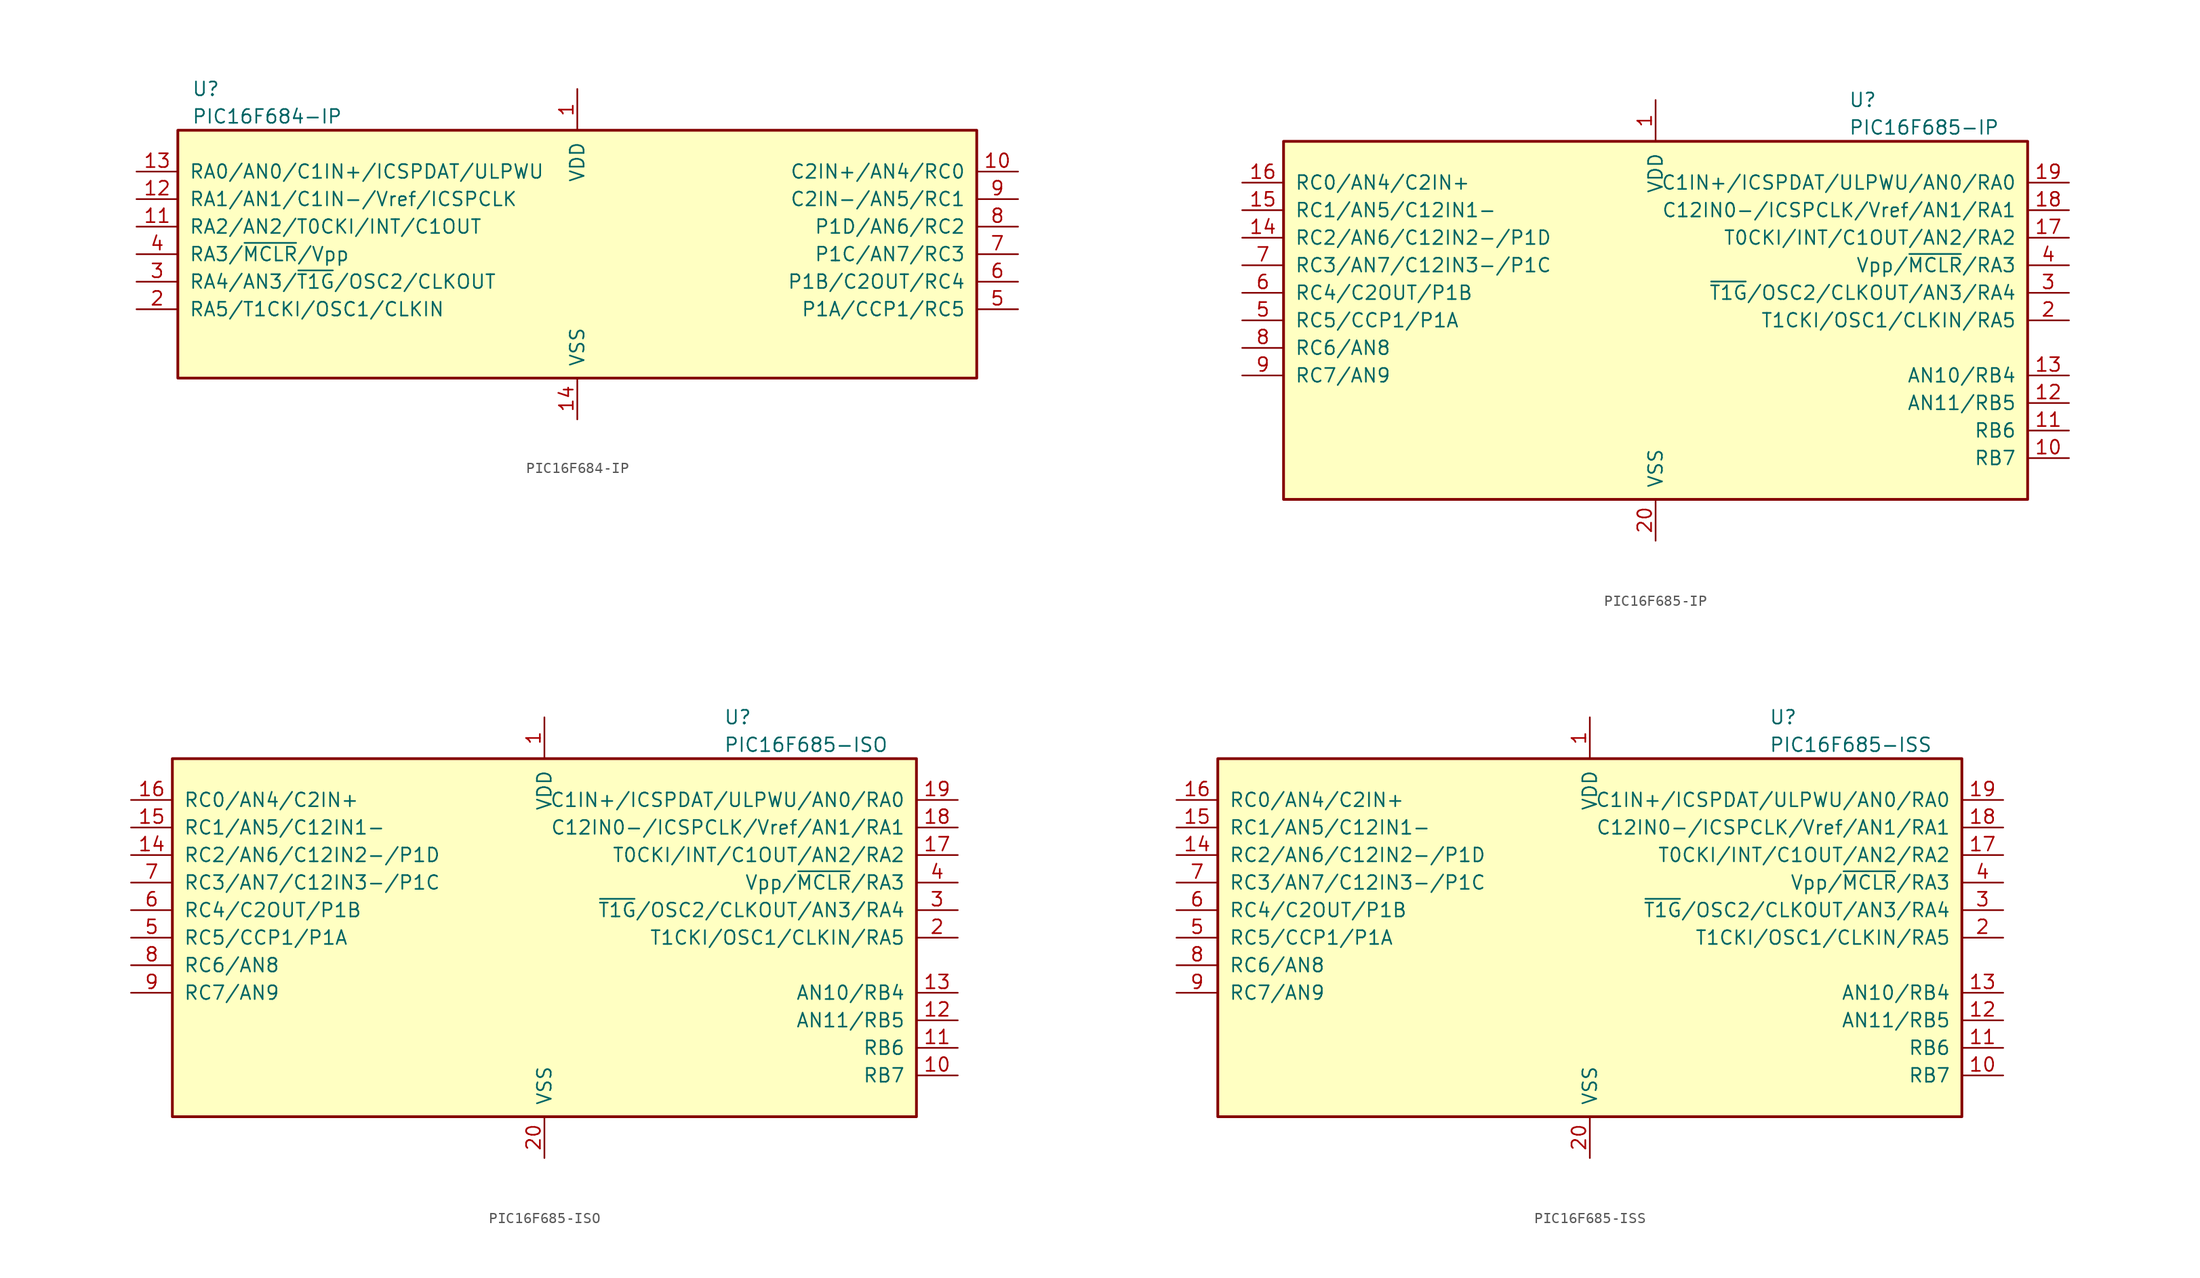
<source format=kicad_sym>
(kicad_symbol_lib
  (version 20201005)
  (generator kicad_symbol_editor)
  (symbol "MCU_Microchip_PIC16:PIC16F684-IP"
    (pin_names
      (offset 1.016))
    (property "Reference" "U"
      (at -35.56 15.24 0)
      (effects (font (size 1.27 1.27)) (justify left)))
    (property "Value" "PIC16F684-IP"
      (at -35.56 12.7 0)
      (effects (font (size 1.27 1.27)) (justify left)))
    (symbol "PIC16F684-IP_0_1"
      (rectangle (start -36.83 11.43) (end 36.83 -11.43) (stroke (width 0.254)) (fill (type background))))
    (symbol "PIC16F684-IP_1_1"
      (pin power_in line (at 0 15.24 270) (length 3.81) (name "VDD" (effects (font (size 1.27 1.27)))) (number "1" (effects (font (size 1.27 1.27)))))
      (pin bidirectional line (at 40.64 7.62 180) (length 3.81) (name "C2IN+/AN4/RC0" (effects (font (size 1.27 1.27)))) (number "10" (effects (font (size 1.27 1.27)))))
      (pin bidirectional line (at -40.64 2.54 0) (length 3.81) (name "RA2/AN2/T0CKI/INT/C1OUT" (effects (font (size 1.27 1.27)))) (number "11" (effects (font (size 1.27 1.27)))))
      (pin bidirectional line (at -40.64 5.08 0) (length 3.81) (name "RA1/AN1/C1IN-/Vref/ICSPCLK" (effects (font (size 1.27 1.27)))) (number "12" (effects (font (size 1.27 1.27)))))
      (pin bidirectional line (at -40.64 7.62 0) (length 3.81) (name "RA0/AN0/C1IN+/ICSPDAT/ULPWU" (effects (font (size 1.27 1.27)))) (number "13" (effects (font (size 1.27 1.27)))))
      (pin power_in line (at 0 -15.24 90) (length 3.81) (name "VSS" (effects (font (size 1.27 1.27)))) (number "14" (effects (font (size 1.27 1.27)))))
      (pin bidirectional line (at -40.64 -5.08 0) (length 3.81) (name "RA5/T1CKI/OSC1/CLKIN" (effects (font (size 1.27 1.27)))) (number "2" (effects (font (size 1.27 1.27)))))
      (pin bidirectional line (at -40.64 -2.54 0) (length 3.81) (name "RA4/AN3/~T1G~/OSC2/CLKOUT" (effects (font (size 1.27 1.27)))) (number "3" (effects (font (size 1.27 1.27)))))
      (pin input line (at -40.64 0 0) (length 3.81) (name "RA3/~MCLR~/Vpp" (effects (font (size 1.27 1.27)))) (number "4" (effects (font (size 1.27 1.27)))))
      (pin bidirectional line (at 40.64 -5.08 180) (length 3.81) (name "P1A/CCP1/RC5" (effects (font (size 1.27 1.27)))) (number "5" (effects (font (size 1.27 1.27)))))
      (pin bidirectional line (at 40.64 -2.54 180) (length 3.81) (name "P1B/C2OUT/RC4" (effects (font (size 1.27 1.27)))) (number "6" (effects (font (size 1.27 1.27)))))
      (pin bidirectional line (at 40.64 0 180) (length 3.81) (name "P1C/AN7/RC3" (effects (font (size 1.27 1.27)))) (number "7" (effects (font (size 1.27 1.27)))))
      (pin bidirectional line (at 40.64 2.54 180) (length 3.81) (name "P1D/AN6/RC2" (effects (font (size 1.27 1.27)))) (number "8" (effects (font (size 1.27 1.27)))))
      (pin bidirectional line (at 40.64 5.08 180) (length 3.81) (name "C2IN-/AN5/RC1" (effects (font (size 1.27 1.27)))) (number "9" (effects (font (size 1.27 1.27)))))))
  (symbol "MCU_Microchip_PIC16:PIC16F685-IP"
    (pin_names
      (offset 1.016))
    (property "Reference" "U"
      (at 17.78 20.32 0)
      (effects (font (size 1.27 1.27)) (justify left)))
    (property "Value" "PIC16F685-IP"
      (at 17.78 17.78 0)
      (effects (font (size 1.27 1.27)) (justify left)))
    (symbol "PIC16F685-IP_0_1"
      (rectangle (start -34.29 16.51) (end 34.29 -16.51) (stroke (width 0.254)) (fill (type background))))
    (symbol "PIC16F685-IP_1_1"
      (pin power_in line (at 0 20.32 270) (length 3.81) (name "VDD" (effects (font (size 1.27 1.27)))) (number "1" (effects (font (size 1.27 1.27)))))
      (pin bidirectional line (at 38.1 -12.7 180) (length 3.81) (name "RB7" (effects (font (size 1.27 1.27)))) (number "10" (effects (font (size 1.27 1.27)))))
      (pin bidirectional line (at 38.1 -10.16 180) (length 3.81) (name "RB6" (effects (font (size 1.27 1.27)))) (number "11" (effects (font (size 1.27 1.27)))))
      (pin bidirectional line (at 38.1 -7.62 180) (length 3.81) (name "AN11/RB5" (effects (font (size 1.27 1.27)))) (number "12" (effects (font (size 1.27 1.27)))))
      (pin bidirectional line (at 38.1 -5.08 180) (length 3.81) (name "AN10/RB4" (effects (font (size 1.27 1.27)))) (number "13" (effects (font (size 1.27 1.27)))))
      (pin bidirectional line (at -38.1 7.62 0) (length 3.81) (name "RC2/AN6/C12IN2-/P1D" (effects (font (size 1.27 1.27)))) (number "14" (effects (font (size 1.27 1.27)))))
      (pin bidirectional line (at -38.1 10.16 0) (length 3.81) (name "RC1/AN5/C12IN1-" (effects (font (size 1.27 1.27)))) (number "15" (effects (font (size 1.27 1.27)))))
      (pin bidirectional line (at -38.1 12.7 0) (length 3.81) (name "RC0/AN4/C2IN+" (effects (font (size 1.27 1.27)))) (number "16" (effects (font (size 1.27 1.27)))))
      (pin bidirectional line (at 38.1 7.62 180) (length 3.81) (name "T0CKI/INT/C1OUT/AN2/RA2" (effects (font (size 1.27 1.27)))) (number "17" (effects (font (size 1.27 1.27)))))
      (pin bidirectional line (at 38.1 10.16 180) (length 3.81) (name "C12IN0-/ICSPCLK/Vref/AN1/RA1" (effects (font (size 1.27 1.27)))) (number "18" (effects (font (size 1.27 1.27)))))
      (pin bidirectional line (at 38.1 12.7 180) (length 3.81) (name "C1IN+/ICSPDAT/ULPWU/AN0/RA0" (effects (font (size 1.27 1.27)))) (number "19" (effects (font (size 1.27 1.27)))))
      (pin bidirectional line (at 38.1 0 180) (length 3.81) (name "T1CKI/OSC1/CLKIN/RA5" (effects (font (size 1.27 1.27)))) (number "2" (effects (font (size 1.27 1.27)))))
      (pin power_in line (at 0 -20.32 90) (length 3.81) (name "VSS" (effects (font (size 1.27 1.27)))) (number "20" (effects (font (size 1.27 1.27)))))
      (pin bidirectional line (at 38.1 2.54 180) (length 3.81) (name "~T1G~/OSC2/CLKOUT/AN3/RA4" (effects (font (size 1.27 1.27)))) (number "3" (effects (font (size 1.27 1.27)))))
      (pin input line (at 38.1 5.08 180) (length 3.81) (name "Vpp/~MCLR~/RA3" (effects (font (size 1.27 1.27)))) (number "4" (effects (font (size 1.27 1.27)))))
      (pin bidirectional line (at -38.1 0 0) (length 3.81) (name "RC5/CCP1/P1A" (effects (font (size 1.27 1.27)))) (number "5" (effects (font (size 1.27 1.27)))))
      (pin bidirectional line (at -38.1 2.54 0) (length 3.81) (name "RC4/C2OUT/P1B" (effects (font (size 1.27 1.27)))) (number "6" (effects (font (size 1.27 1.27)))))
      (pin bidirectional line (at -38.1 5.08 0) (length 3.81) (name "RC3/AN7/C12IN3-/P1C" (effects (font (size 1.27 1.27)))) (number "7" (effects (font (size 1.27 1.27)))))
      (pin bidirectional line (at -38.1 -2.54 0) (length 3.81) (name "RC6/AN8" (effects (font (size 1.27 1.27)))) (number "8" (effects (font (size 1.27 1.27)))))
      (pin bidirectional line (at -38.1 -5.08 0) (length 3.81) (name "RC7/AN9" (effects (font (size 1.27 1.27)))) (number "9" (effects (font (size 1.27 1.27)))))))
  (symbol "MCU_Microchip_PIC16:PIC16F685-ISO"
    (pin_names
      (offset 1.016))
    (property "Reference" "U"
      (at 16.51 20.32 0)
      (effects (font (size 1.27 1.27)) (justify left)))
    (property "Value" "PIC16F685-ISO"
      (at 16.51 17.78 0)
      (effects (font (size 1.27 1.27)) (justify left)))
    (symbol "PIC16F685-ISO_0_1"
      (rectangle (start -34.29 16.51) (end 34.29 -16.51) (stroke (width 0.254)) (fill (type background))))
    (symbol "PIC16F685-ISO_1_1"
      (pin power_in line (at 0 20.32 270) (length 3.81) (name "VDD" (effects (font (size 1.27 1.27)))) (number "1" (effects (font (size 1.27 1.27)))))
      (pin bidirectional line (at 38.1 -12.7 180) (length 3.81) (name "RB7" (effects (font (size 1.27 1.27)))) (number "10" (effects (font (size 1.27 1.27)))))
      (pin bidirectional line (at 38.1 -10.16 180) (length 3.81) (name "RB6" (effects (font (size 1.27 1.27)))) (number "11" (effects (font (size 1.27 1.27)))))
      (pin bidirectional line (at 38.1 -7.62 180) (length 3.81) (name "AN11/RB5" (effects (font (size 1.27 1.27)))) (number "12" (effects (font (size 1.27 1.27)))))
      (pin bidirectional line (at 38.1 -5.08 180) (length 3.81) (name "AN10/RB4" (effects (font (size 1.27 1.27)))) (number "13" (effects (font (size 1.27 1.27)))))
      (pin bidirectional line (at -38.1 7.62 0) (length 3.81) (name "RC2/AN6/C12IN2-/P1D" (effects (font (size 1.27 1.27)))) (number "14" (effects (font (size 1.27 1.27)))))
      (pin bidirectional line (at -38.1 10.16 0) (length 3.81) (name "RC1/AN5/C12IN1-" (effects (font (size 1.27 1.27)))) (number "15" (effects (font (size 1.27 1.27)))))
      (pin bidirectional line (at -38.1 12.7 0) (length 3.81) (name "RC0/AN4/C2IN+" (effects (font (size 1.27 1.27)))) (number "16" (effects (font (size 1.27 1.27)))))
      (pin bidirectional line (at 38.1 7.62 180) (length 3.81) (name "T0CKI/INT/C1OUT/AN2/RA2" (effects (font (size 1.27 1.27)))) (number "17" (effects (font (size 1.27 1.27)))))
      (pin bidirectional line (at 38.1 10.16 180) (length 3.81) (name "C12IN0-/ICSPCLK/Vref/AN1/RA1" (effects (font (size 1.27 1.27)))) (number "18" (effects (font (size 1.27 1.27)))))
      (pin bidirectional line (at 38.1 12.7 180) (length 3.81) (name "C1IN+/ICSPDAT/ULPWU/AN0/RA0" (effects (font (size 1.27 1.27)))) (number "19" (effects (font (size 1.27 1.27)))))
      (pin bidirectional line (at 38.1 0 180) (length 3.81) (name "T1CKI/OSC1/CLKIN/RA5" (effects (font (size 1.27 1.27)))) (number "2" (effects (font (size 1.27 1.27)))))
      (pin power_in line (at 0 -20.32 90) (length 3.81) (name "VSS" (effects (font (size 1.27 1.27)))) (number "20" (effects (font (size 1.27 1.27)))))
      (pin bidirectional line (at 38.1 2.54 180) (length 3.81) (name "~T1G~/OSC2/CLKOUT/AN3/RA4" (effects (font (size 1.27 1.27)))) (number "3" (effects (font (size 1.27 1.27)))))
      (pin input line (at 38.1 5.08 180) (length 3.81) (name "Vpp/~MCLR~/RA3" (effects (font (size 1.27 1.27)))) (number "4" (effects (font (size 1.27 1.27)))))
      (pin bidirectional line (at -38.1 0 0) (length 3.81) (name "RC5/CCP1/P1A" (effects (font (size 1.27 1.27)))) (number "5" (effects (font (size 1.27 1.27)))))
      (pin bidirectional line (at -38.1 2.54 0) (length 3.81) (name "RC4/C2OUT/P1B" (effects (font (size 1.27 1.27)))) (number "6" (effects (font (size 1.27 1.27)))))
      (pin bidirectional line (at -38.1 5.08 0) (length 3.81) (name "RC3/AN7/C12IN3-/P1C" (effects (font (size 1.27 1.27)))) (number "7" (effects (font (size 1.27 1.27)))))
      (pin bidirectional line (at -38.1 -2.54 0) (length 3.81) (name "RC6/AN8" (effects (font (size 1.27 1.27)))) (number "8" (effects (font (size 1.27 1.27)))))
      (pin bidirectional line (at -38.1 -5.08 0) (length 3.81) (name "RC7/AN9" (effects (font (size 1.27 1.27)))) (number "9" (effects (font (size 1.27 1.27)))))))
  (symbol "MCU_Microchip_PIC16:PIC16F685-ISS"
    (pin_names
      (offset 1.016))
    (property "Reference" "U"
      (at 16.51 20.32 0)
      (effects (font (size 1.27 1.27)) (justify left)))
    (property "Value" "PIC16F685-ISS"
      (at 16.51 17.78 0)
      (effects (font (size 1.27 1.27)) (justify left)))
    (symbol "PIC16F685-ISS_0_1"
      (rectangle (start -34.29 16.51) (end 34.29 -16.51) (stroke (width 0.254)) (fill (type background))))
    (symbol "PIC16F685-ISS_1_1"
      (pin power_in line (at 0 20.32 270) (length 3.81) (name "VDD" (effects (font (size 1.27 1.27)))) (number "1" (effects (font (size 1.27 1.27)))))
      (pin bidirectional line (at 38.1 -12.7 180) (length 3.81) (name "RB7" (effects (font (size 1.27 1.27)))) (number "10" (effects (font (size 1.27 1.27)))))
      (pin bidirectional line (at 38.1 -10.16 180) (length 3.81) (name "RB6" (effects (font (size 1.27 1.27)))) (number "11" (effects (font (size 1.27 1.27)))))
      (pin bidirectional line (at 38.1 -7.62 180) (length 3.81) (name "AN11/RB5" (effects (font (size 1.27 1.27)))) (number "12" (effects (font (size 1.27 1.27)))))
      (pin bidirectional line (at 38.1 -5.08 180) (length 3.81) (name "AN10/RB4" (effects (font (size 1.27 1.27)))) (number "13" (effects (font (size 1.27 1.27)))))
      (pin bidirectional line (at -38.1 7.62 0) (length 3.81) (name "RC2/AN6/C12IN2-/P1D" (effects (font (size 1.27 1.27)))) (number "14" (effects (font (size 1.27 1.27)))))
      (pin bidirectional line (at -38.1 10.16 0) (length 3.81) (name "RC1/AN5/C12IN1-" (effects (font (size 1.27 1.27)))) (number "15" (effects (font (size 1.27 1.27)))))
      (pin bidirectional line (at -38.1 12.7 0) (length 3.81) (name "RC0/AN4/C2IN+" (effects (font (size 1.27 1.27)))) (number "16" (effects (font (size 1.27 1.27)))))
      (pin bidirectional line (at 38.1 7.62 180) (length 3.81) (name "T0CKI/INT/C1OUT/AN2/RA2" (effects (font (size 1.27 1.27)))) (number "17" (effects (font (size 1.27 1.27)))))
      (pin bidirectional line (at 38.1 10.16 180) (length 3.81) (name "C12IN0-/ICSPCLK/Vref/AN1/RA1" (effects (font (size 1.27 1.27)))) (number "18" (effects (font (size 1.27 1.27)))))
      (pin bidirectional line (at 38.1 12.7 180) (length 3.81) (name "C1IN+/ICSPDAT/ULPWU/AN0/RA0" (effects (font (size 1.27 1.27)))) (number "19" (effects (font (size 1.27 1.27)))))
      (pin bidirectional line (at 38.1 0 180) (length 3.81) (name "T1CKI/OSC1/CLKIN/RA5" (effects (font (size 1.27 1.27)))) (number "2" (effects (font (size 1.27 1.27)))))
      (pin power_in line (at 0 -20.32 90) (length 3.81) (name "VSS" (effects (font (size 1.27 1.27)))) (number "20" (effects (font (size 1.27 1.27)))))
      (pin bidirectional line (at 38.1 2.54 180) (length 3.81) (name "~T1G~/OSC2/CLKOUT/AN3/RA4" (effects (font (size 1.27 1.27)))) (number "3" (effects (font (size 1.27 1.27)))))
      (pin input line (at 38.1 5.08 180) (length 3.81) (name "Vpp/~MCLR~/RA3" (effects (font (size 1.27 1.27)))) (number "4" (effects (font (size 1.27 1.27)))))
      (pin bidirectional line (at -38.1 0 0) (length 3.81) (name "RC5/CCP1/P1A" (effects (font (size 1.27 1.27)))) (number "5" (effects (font (size 1.27 1.27)))))
      (pin bidirectional line (at -38.1 2.54 0) (length 3.81) (name "RC4/C2OUT/P1B" (effects (font (size 1.27 1.27)))) (number "6" (effects (font (size 1.27 1.27)))))
      (pin bidirectional line (at -38.1 5.08 0) (length 3.81) (name "RC3/AN7/C12IN3-/P1C" (effects (font (size 1.27 1.27)))) (number "7" (effects (font (size 1.27 1.27)))))
      (pin bidirectional line (at -38.1 -2.54 0) (length 3.81) (name "RC6/AN8" (effects (font (size 1.27 1.27)))) (number "8" (effects (font (size 1.27 1.27)))))
      (pin bidirectional line (at -38.1 -5.08 0) (length 3.81) (name "RC7/AN9" (effects (font (size 1.27 1.27)))) (number "9" (effects (font (size 1.27 1.27))))))))
</source>
